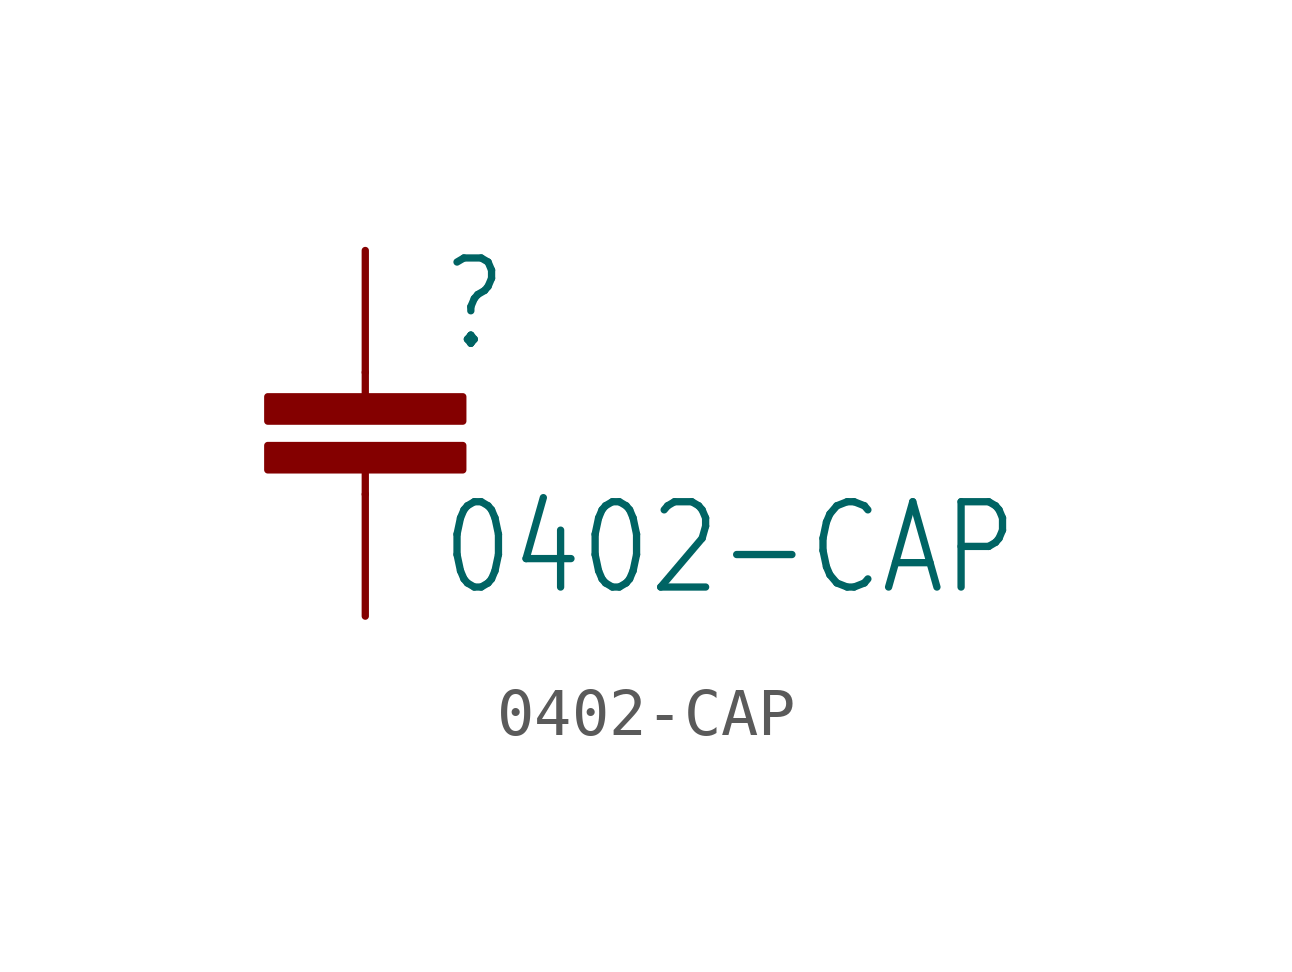
<source format=kicad_sym>
(kicad_symbol_lib
  (version 20220331)
  (generator kicad_symbol_editor)
  (symbol "0402-CAP"
    (property "Reference" ""
      (at 4.064 2.921 0)
      (effects (font (size 1.778 1.511)) (justify left bottom)))
    (property "Value" "0402-CAP"
      (at 4.064 -2.159 0)
      (effects (font (size 1.778 1.511)) (justify left bottom)))
    (property "ki_locked" ""
      (at 0 0 0)
      (effects (font (size 1.27 1.27))))
    (symbol "0402-CAP_1_0"
      (polyline (pts (xy 2.54 0) (xy 2.54 0.508)) (stroke (width 0.152) (type solid)) (fill (type none)))
      (polyline (pts (xy 2.54 2.54) (xy 2.54 2.032)) (stroke (width 0.152) (type solid)) (fill (type none)))
      (rectangle (start 0.508 0.508) (end 4.572 1.016) (stroke (width 0) (type default)) (fill (type outline)))
      (rectangle (start 0.508 1.524) (end 4.572 2.032) (stroke (width 0) (type default)) (fill (type outline)))
      (pin passive line (at 2.54 5.08 270) (length 2.54) (name "1" (effects (font (size 0 0)))) (number "1" (effects (font (size 0 0)))))
      (pin passive line (at 2.54 -2.54 90) (length 2.54) (name "2" (effects (font (size 0 0)))) (number "2" (effects (font (size 0 0))))))))
</source>
